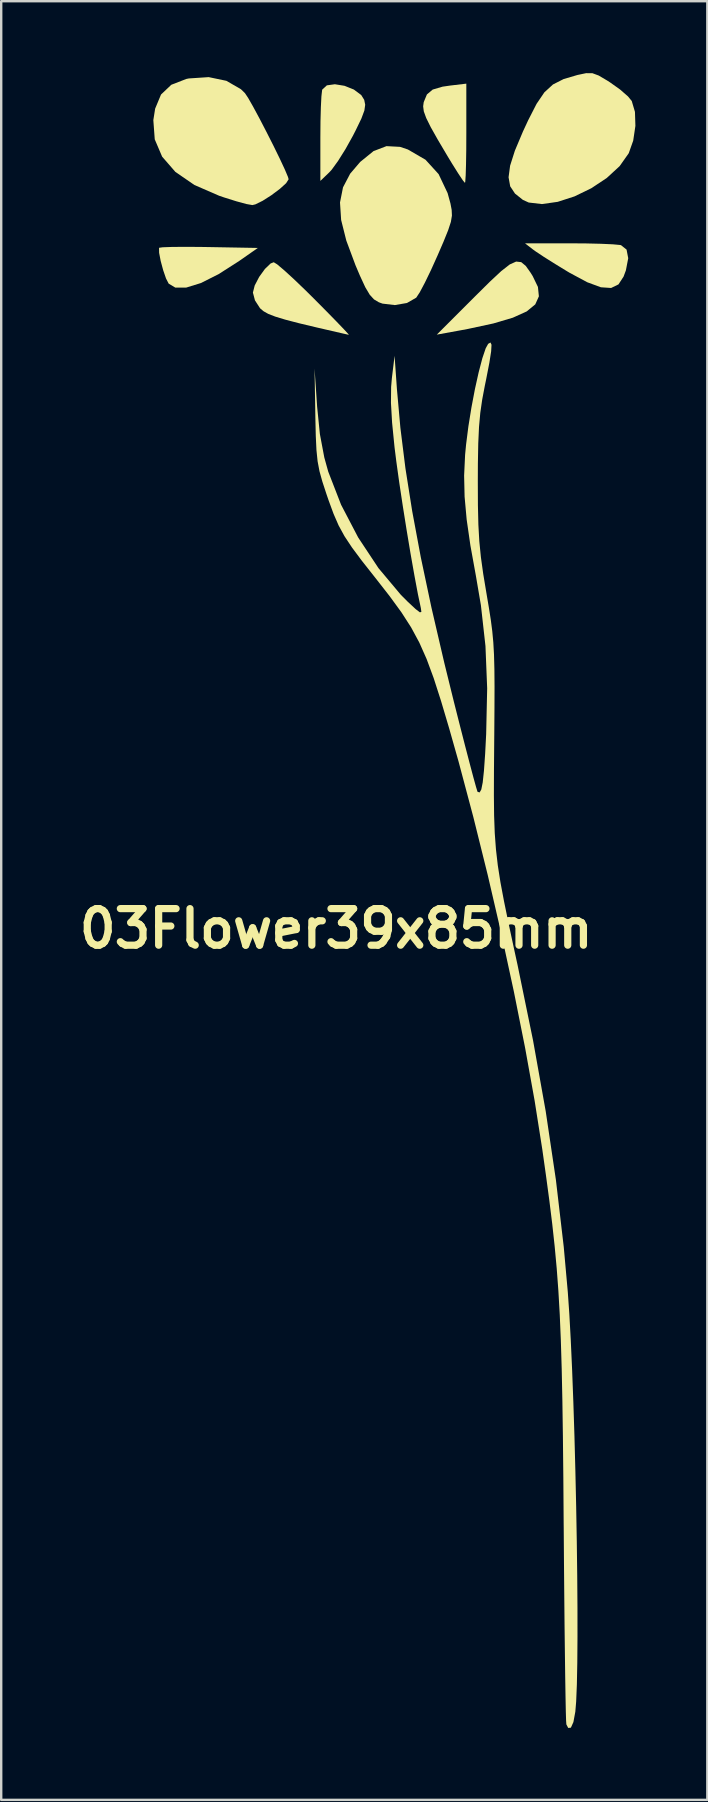
<source format=kicad_pcb>
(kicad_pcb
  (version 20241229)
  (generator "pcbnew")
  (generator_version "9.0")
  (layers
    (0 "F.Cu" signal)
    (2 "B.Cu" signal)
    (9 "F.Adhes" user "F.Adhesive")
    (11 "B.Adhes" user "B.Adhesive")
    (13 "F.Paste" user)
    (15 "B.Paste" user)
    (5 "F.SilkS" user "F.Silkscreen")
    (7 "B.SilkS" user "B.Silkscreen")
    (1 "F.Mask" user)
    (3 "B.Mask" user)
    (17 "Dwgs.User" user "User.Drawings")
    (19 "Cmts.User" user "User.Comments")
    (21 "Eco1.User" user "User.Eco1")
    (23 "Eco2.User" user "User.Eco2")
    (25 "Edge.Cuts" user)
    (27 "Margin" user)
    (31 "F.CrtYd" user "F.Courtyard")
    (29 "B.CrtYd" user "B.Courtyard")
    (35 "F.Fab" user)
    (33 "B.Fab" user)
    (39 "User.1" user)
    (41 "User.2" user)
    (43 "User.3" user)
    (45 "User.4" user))
  (footprint "03Flower39x85mm"
    (layer "F.Cu")
    (at 10.966 35.663)
    (property "Reference" "03Flower39x85mm" (at 0 0 0) (layer "F.SilkS") (effects (font (size 1.524 1.524) (thickness 0.3))))
    (attr board_only exclude_from_pos_files exclude_from_bom)
    (fp_poly (pts (xy -5.671 -28.419) (xy -5.29 -28.413) (xy -3.267 -28.377) (xy -4.048 -27.832) (xy -4.904 -27.284) (xy -5.643 -26.913) (xy -6.25 -26.725) (xy -6.709 -26.724) (xy -6.985 -26.89) (xy -7.095 -27.104) (xy -7.214 -27.45) (xy -7.318 -27.837) (xy -7.383 -28.175) (xy -7.386 -28.372) (xy -7.378 -28.385) (xy -7.23 -28.405) (xy -6.865 -28.418) (xy -6.329 -28.423)) (stroke (width 0) (type solid)) (fill yes) (layer "F.SilkS"))
    (fp_poly (pts (xy 7.712 -27.785) (xy 7.901 -27.629) (xy 8.098 -27.352) (xy 8.19 -27.205) (xy 8.409 -26.751) (xy 8.449 -26.36) (xy 8.298 -26.024) (xy 7.94 -25.73) (xy 7.363 -25.469) (xy 6.552 -25.229) (xy 5.493 -25.001) (xy 5.238 -24.953) (xy 4.193 -24.763) (xy 5.782 -26.352) (xy 6.408 -26.972) (xy 6.882 -27.414) (xy 7.235 -27.689) (xy 7.501 -27.809)) (stroke (width 0) (type solid)) (fill yes) (layer "F.SilkS"))
    (fp_poly (pts (xy 5.424 -33.157) (xy 5.421 -32.451) (xy 5.411 -31.849) (xy 5.397 -31.395) (xy 5.379 -31.134) (xy 5.367 -31.089) (xy 5.279 -31.194) (xy 5.089 -31.479) (xy 4.829 -31.893) (xy 4.655 -32.18) (xy 4.235 -32.889) (xy 3.94 -33.413) (xy 3.751 -33.794) (xy 3.651 -34.07) (xy 3.624 -34.28) (xy 3.648 -34.455) (xy 3.781 -34.776) (xy 4.022 -34.979) (xy 4.433 -35.1) (xy 4.748 -35.146) (xy 5.424 -35.226)) (stroke (width 0) (type solid)) (fill yes) (layer "F.SilkS"))
    (fp_poly (pts (xy 10.421 -28.565) (xy 11.044 -28.55) (xy 11.534 -28.528) (xy 11.833 -28.5) (xy 11.873 -28.492) (xy 12.104 -28.308) (xy 12.173 -27.948) (xy 12.076 -27.443) (xy 11.979 -27.182) (xy 11.767 -26.857) (xy 11.46 -26.708) (xy 11.034 -26.737) (xy 10.467 -26.946) (xy 9.736 -27.338) (xy 9.648 -27.39) (xy 9.127 -27.708) (xy 8.657 -28.004) (xy 8.31 -28.235) (xy 8.202 -28.313) (xy 7.871 -28.569) (xy 9.723 -28.57)) (stroke (width 0) (type solid)) (fill yes) (layer "F.SilkS"))
    (fp_poly (pts (xy 0.346 -35.136) (xy 0.737 -34.979) (xy 1.044 -34.749) (xy 1.167 -34.551) (xy 1.208 -34.347) (xy 1.174 -34.106) (xy 1.049 -33.77) (xy 0.814 -33.284) (xy 0.691 -33.044) (xy 0.388 -32.5) (xy 0.079 -32.007) (xy -0.186 -31.641) (xy -0.286 -31.531) (xy -0.661 -31.171) (xy -0.661 -32.971) (xy -0.656 -33.65) (xy -0.64 -34.243) (xy -0.617 -34.697) (xy -0.588 -34.955) (xy -0.581 -34.98) (xy -0.39 -35.155) (xy -0.056 -35.201)) (stroke (width 0) (type solid)) (fill yes) (layer "F.SilkS"))
    (fp_poly (pts (xy -2.46 -27.692) (xy -2.167 -27.444) (xy -1.759 -27.071) (xy -1.272 -26.603) (xy -0.926 -26.26) (xy -0.422 -25.752) (xy 0.003 -25.318) (xy 0.319 -24.988) (xy 0.499 -24.794) (xy 0.527 -24.754) (xy 0.36 -24.792) (xy 0.198 -24.829) (xy -0.792 -25.057) (xy -1.558 -25.24) (xy -2.131 -25.39) (xy -2.545 -25.516) (xy -2.833 -25.628) (xy -3.029 -25.738) (xy -3.167 -25.855) (xy -3.176 -25.864) (xy -3.387 -26.19) (xy -3.473 -26.516) (xy -3.398 -26.812) (xy -3.212 -27.169) (xy -2.971 -27.502) (xy -2.734 -27.73) (xy -2.604 -27.781)) (stroke (width 0) (type solid)) (fill yes) (layer "F.SilkS"))
    (fp_poly (pts (xy -4.578 -35.344) (xy -3.973 -34.994) (xy -3.805 -34.831) (xy -3.674 -34.635) (xy -3.463 -34.265) (xy -3.198 -33.773) (xy -2.907 -33.212) (xy -2.615 -32.635) (xy -2.351 -32.095) (xy -2.141 -31.645) (xy -2.012 -31.339) (xy -1.984 -31.24) (xy -2.088 -31.076) (xy -2.352 -30.837) (xy -2.701 -30.576) (xy -3.064 -30.344) (xy -3.368 -30.194) (xy -3.494 -30.164) (xy -3.741 -30.207) (xy -4.16 -30.321) (xy -4.676 -30.483) (xy -4.879 -30.552) (xy -5.911 -31.001) (xy -6.705 -31.547) (xy -7.257 -32.182) (xy -7.565 -32.904) (xy -7.624 -33.706) (xy -7.548 -34.185) (xy -7.303 -34.773) (xy -6.875 -35.179) (xy -6.248 -35.422) (xy -6.144 -35.443) (xy -5.316 -35.498)) (stroke (width 0) (type solid)) (fill yes) (layer "F.SilkS"))
    (fp_poly (pts (xy 10.678 -35.662) (xy 10.943 -35.564) (xy 11.308 -35.348) (xy 11.424 -35.273) (xy 11.833 -34.982) (xy 12.163 -34.694) (xy 12.32 -34.502) (xy 12.454 -34.049) (xy 12.472 -33.465) (xy 12.381 -32.851) (xy 12.195 -32.326) (xy 11.816 -31.788) (xy 11.279 -31.294) (xy 10.635 -30.866) (xy 9.935 -30.526) (xy 9.233 -30.299) (xy 8.578 -30.206) (xy 8.025 -30.27) (xy 7.781 -30.381) (xy 7.453 -30.643) (xy 7.253 -30.945) (xy 7.185 -31.322) (xy 7.249 -31.806) (xy 7.448 -32.432) (xy 7.785 -33.232) (xy 8.001 -33.697) (xy 8.351 -34.382) (xy 8.678 -34.864) (xy 9.036 -35.192) (xy 9.48 -35.417) (xy 10.063 -35.589) (xy 10.066 -35.589) (xy 10.418 -35.663)) (stroke (width 0) (type solid)) (fill yes) (layer "F.SilkS"))
    (fp_poly (pts (xy 2.66 -32.591) (xy 2.988 -32.481) (xy 3.722 -32.054) (xy 4.269 -31.454) (xy 4.643 -30.665) (xy 4.762 -30.233) (xy 4.813 -29.964) (xy 4.824 -29.726) (xy 4.78 -29.462) (xy 4.667 -29.117) (xy 4.472 -28.634) (xy 4.228 -28.07) (xy 3.954 -27.462) (xy 3.696 -26.929) (xy 3.482 -26.526) (xy 3.339 -26.309) (xy 3.333 -26.302) (xy 2.949 -26.082) (xy 2.443 -25.995) (xy 1.93 -26.056) (xy 1.776 -26.112) (xy 1.576 -26.231) (xy 1.399 -26.424) (xy 1.212 -26.738) (xy 0.988 -27.222) (xy 0.805 -27.652) (xy 0.421 -28.683) (xy 0.205 -29.544) (xy 0.158 -30.272) (xy 0.283 -30.903) (xy 0.581 -31.472) (xy 0.998 -31.961) (xy 1.555 -32.414) (xy 2.096 -32.621)) (stroke (width 0) (type solid)) (fill yes) (layer "F.SilkS"))
    (fp_poly (pts (xy 6.474 -24.341) (xy 6.459 -24.07) (xy 6.386 -23.599) (xy 6.251 -22.903) (xy 6.193 -22.622) (xy 6.085 -22.051) (xy 6.006 -21.502) (xy 5.953 -20.915) (xy 5.921 -20.228) (xy 5.906 -19.381) (xy 5.903 -18.653) (xy 5.907 -17.657) (xy 5.926 -16.849) (xy 5.965 -16.152) (xy 6.031 -15.49) (xy 6.129 -14.785) (xy 6.262 -13.986) (xy 6.363 -13.388) (xy 6.444 -12.875) (xy 6.505 -12.404) (xy 6.549 -11.933) (xy 6.578 -11.419) (xy 6.594 -10.82) (xy 6.6 -10.095) (xy 6.597 -9.2) (xy 6.589 -8.094) (xy 6.586 -7.768) (xy 6.576 -6.561) (xy 6.573 -5.56) (xy 6.582 -4.716) (xy 6.609 -3.981) (xy 6.659 -3.305) (xy 6.736 -2.639) (xy 6.846 -1.935) (xy 6.995 -1.142) (xy 7.186 -0.213) (xy 7.426 0.902) (xy 7.561 1.521) (xy 8.205 4.656) (xy 8.734 7.617) (xy 9.157 10.464) (xy 9.484 13.256) (xy 9.654 15.147) (xy 9.718 16.066) (xy 9.778 17.157) (xy 9.834 18.388) (xy 9.885 19.728) (xy 9.931 21.146) (xy 9.97 22.61) (xy 10.003 24.089) (xy 10.029 25.552) (xy 10.047 26.966) (xy 10.057 28.301) (xy 10.058 29.525) (xy 10.05 30.606) (xy 10.032 31.514) (xy 10.003 32.217) (xy 9.968 32.643) (xy 9.888 33.076) (xy 9.783 33.31) (xy 9.671 33.321) (xy 9.594 33.172) (xy 9.583 33.014) (xy 9.571 32.614) (xy 9.559 31.996) (xy 9.546 31.182) (xy 9.533 30.197) (xy 9.519 29.062) (xy 9.507 27.801) (xy 9.495 26.438) (xy 9.484 24.994) (xy 9.482 24.805) (xy 9.468 22.87) (xy 9.45 21.169) (xy 9.428 19.671) (xy 9.4 18.346) (xy 9.364 17.164) (xy 9.319 16.093) (xy 9.262 15.103) (xy 9.192 14.164) (xy 9.107 13.245) (xy 9.006 12.315) (xy 8.886 11.344) (xy 8.746 10.301) (xy 8.59 9.195) (xy 8.272 7.177) (xy 7.874 4.968) (xy 7.406 2.625) (xy 6.882 0.203) (xy 6.315 -2.241) (xy 5.717 -4.649) (xy 5.1 -6.967) (xy 4.713 -8.334) (xy 4.369 -9.493) (xy 4.063 -10.444) (xy 3.769 -11.239) (xy 3.463 -11.928) (xy 3.121 -12.561) (xy 2.717 -13.189) (xy 2.226 -13.862) (xy 1.625 -14.631) (xy 1.618 -14.64) (xy 1.068 -15.337) (xy 0.655 -15.892) (xy 0.344 -16.362) (xy 0.1 -16.809) (xy -0.11 -17.29) (xy -0.321 -17.865) (xy -0.411 -18.128) (xy -0.579 -18.641) (xy -0.698 -19.07) (xy -0.776 -19.484) (xy -0.824 -19.954) (xy -0.852 -20.547) (xy -0.87 -21.333) (xy -0.87 -21.365) (xy -0.903 -23.349) (xy -0.796 -21.762) (xy -0.681 -20.618) (xy -0.497 -19.643) (xy -0.332 -19.05) (xy 0.203 -17.671) (xy 0.916 -16.306) (xy 1.762 -15.029) (xy 2.694 -13.917) (xy 2.984 -13.626) (xy 3.313 -13.32) (xy 3.49 -13.185) (xy 3.55 -13.206) (xy 3.529 -13.361) (xy 3.407 -13.938) (xy 3.261 -14.716) (xy 3.099 -15.633) (xy 2.933 -16.629) (xy 2.772 -17.641) (xy 2.626 -18.61) (xy 2.506 -19.473) (xy 2.431 -20.07) (xy 2.329 -21.098) (xy 2.282 -21.919) (xy 2.289 -22.583) (xy 2.321 -22.953) (xy 2.433 -23.879) (xy 2.531 -22.49) (xy 2.675 -20.879) (xy 2.885 -19.193) (xy 3.168 -17.401) (xy 3.528 -15.473) (xy 3.971 -13.38) (xy 4.503 -11.091) (xy 4.904 -9.463) (xy 5.144 -8.515) (xy 5.365 -7.652) (xy 5.559 -6.908) (xy 5.716 -6.315) (xy 5.829 -5.906) (xy 5.888 -5.714) (xy 5.894 -5.704) (xy 5.978 -5.678) (xy 6.048 -5.8) (xy 6.107 -6.094) (xy 6.159 -6.584) (xy 6.209 -7.293) (xy 6.251 -8.109) (xy 6.293 -10.019) (xy 6.222 -11.779) (xy 6.032 -13.482) (xy 5.825 -14.697) (xy 5.594 -15.973) (xy 5.438 -17.056) (xy 5.352 -18.008) (xy 5.332 -18.887) (xy 5.373 -19.753) (xy 5.414 -20.183) (xy 5.51 -20.938) (xy 5.637 -21.725) (xy 5.783 -22.494) (xy 5.939 -23.196) (xy 6.092 -23.779) (xy 6.232 -24.194) (xy 6.334 -24.379) (xy 6.432 -24.435)) (stroke (width 0) (type solid)) (fill yes) (layer "F.SilkS")))
  (gr_rect
    (start -3 -3)
    (end 26.437 71.983)
    (stroke (width 0.1) (type default))
    (fill no)
    (layer "Edge.Cuts")))
</source>
